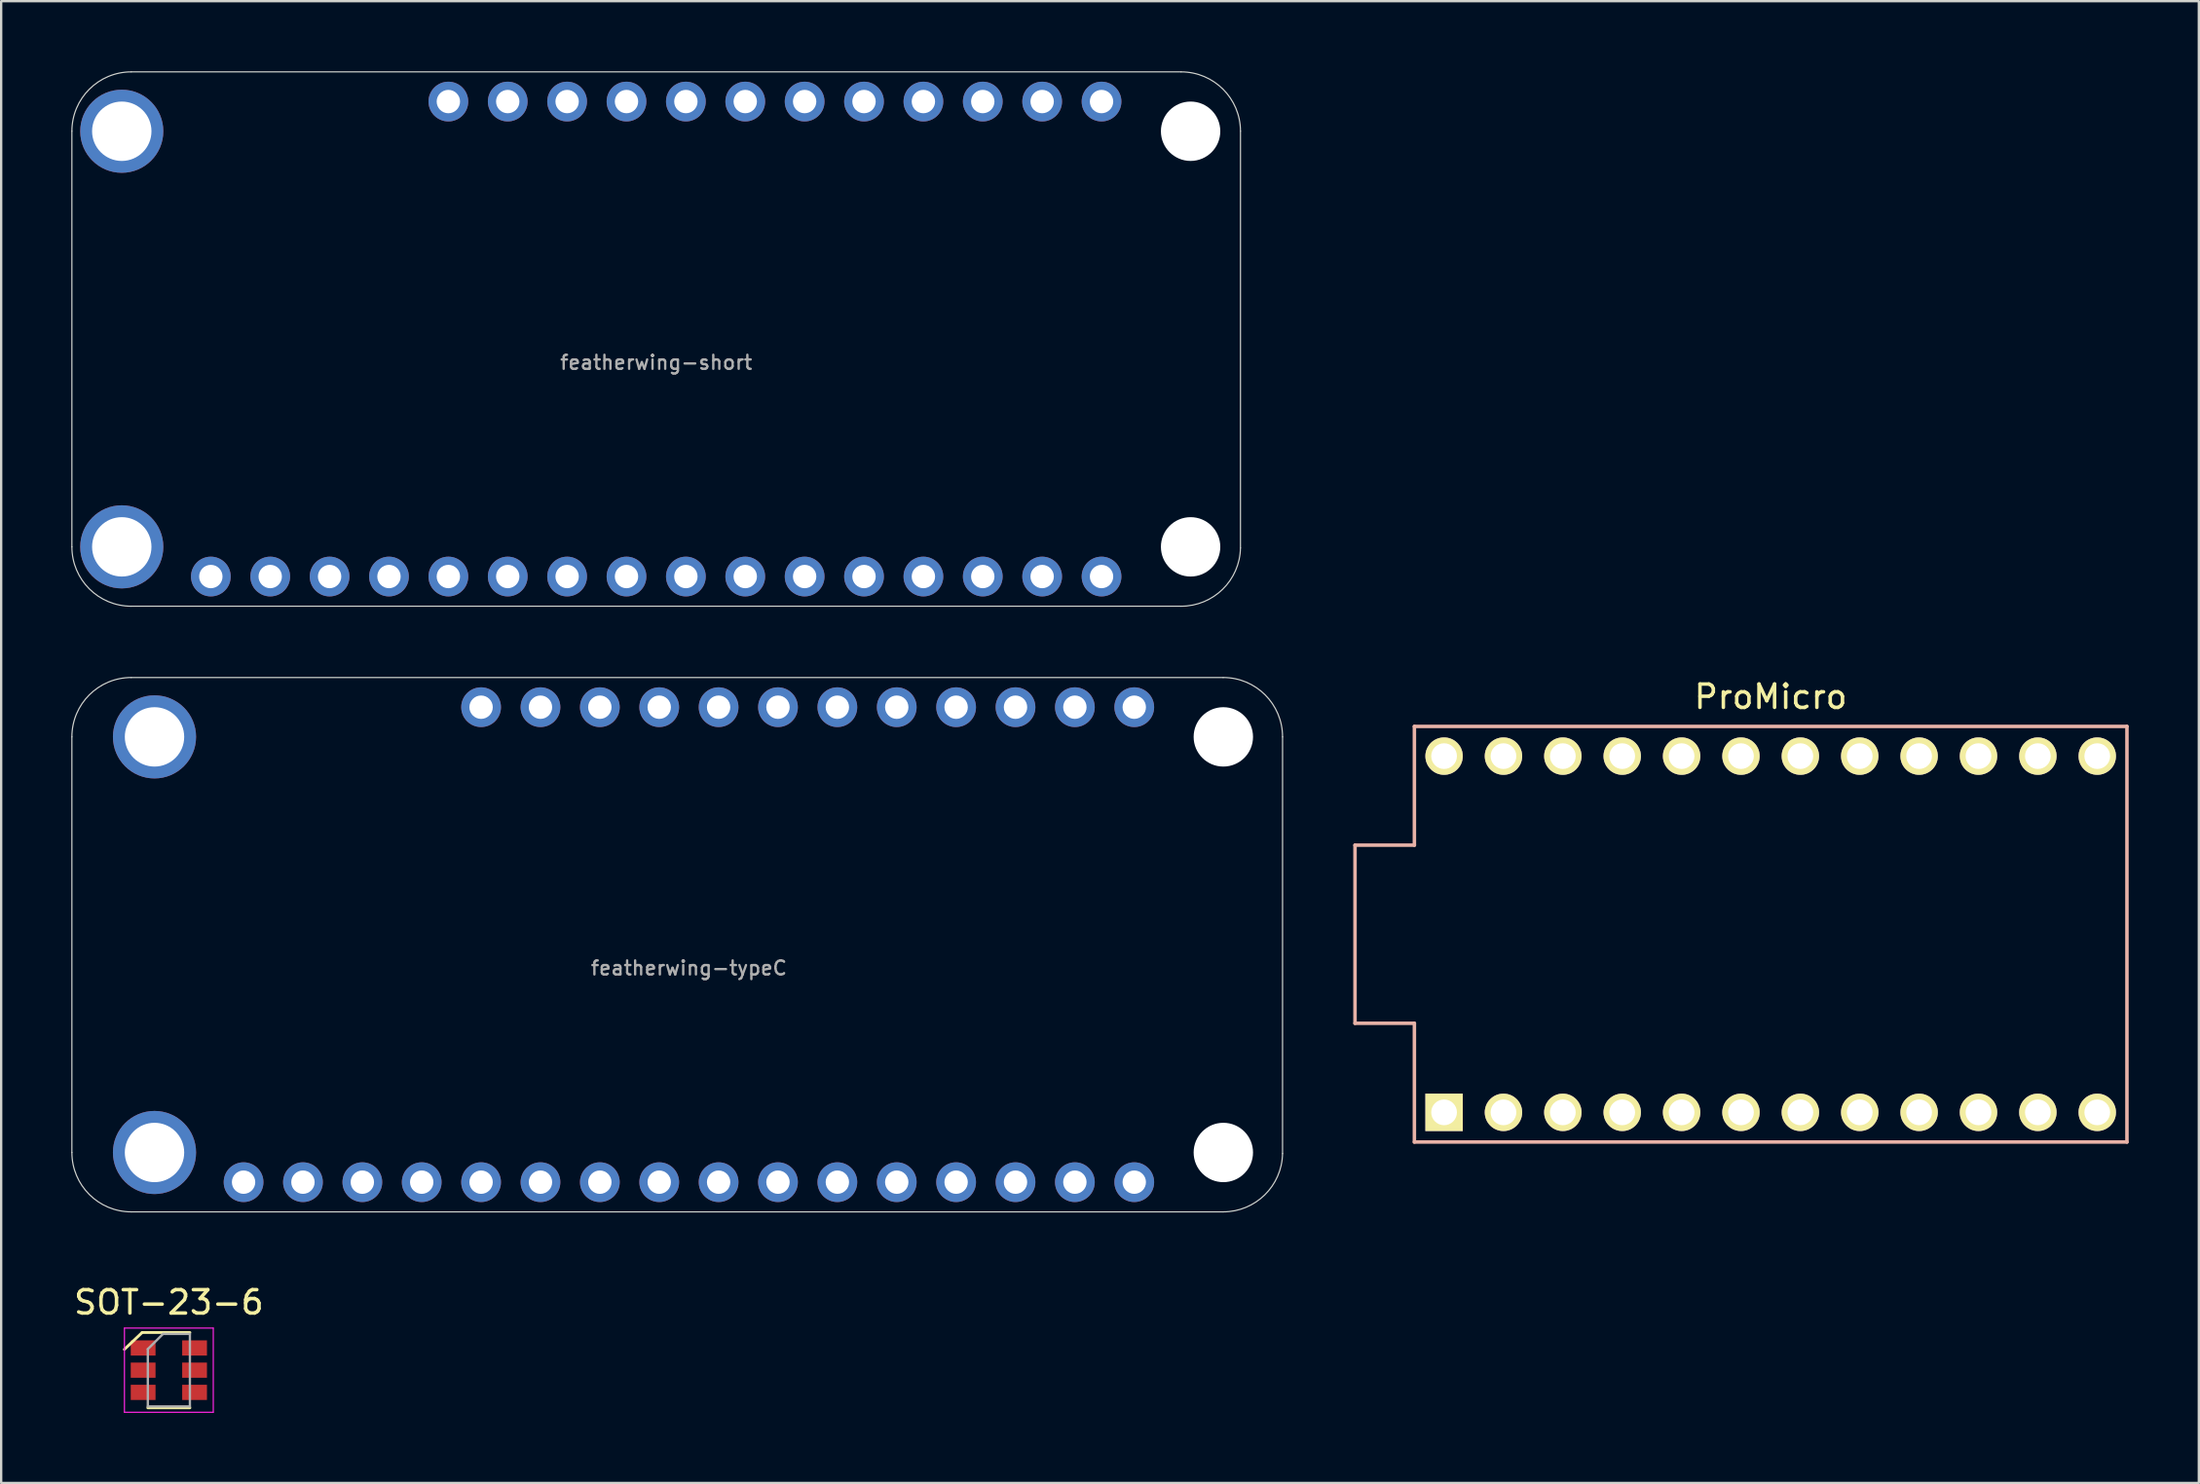
<source format=kicad_pcb>
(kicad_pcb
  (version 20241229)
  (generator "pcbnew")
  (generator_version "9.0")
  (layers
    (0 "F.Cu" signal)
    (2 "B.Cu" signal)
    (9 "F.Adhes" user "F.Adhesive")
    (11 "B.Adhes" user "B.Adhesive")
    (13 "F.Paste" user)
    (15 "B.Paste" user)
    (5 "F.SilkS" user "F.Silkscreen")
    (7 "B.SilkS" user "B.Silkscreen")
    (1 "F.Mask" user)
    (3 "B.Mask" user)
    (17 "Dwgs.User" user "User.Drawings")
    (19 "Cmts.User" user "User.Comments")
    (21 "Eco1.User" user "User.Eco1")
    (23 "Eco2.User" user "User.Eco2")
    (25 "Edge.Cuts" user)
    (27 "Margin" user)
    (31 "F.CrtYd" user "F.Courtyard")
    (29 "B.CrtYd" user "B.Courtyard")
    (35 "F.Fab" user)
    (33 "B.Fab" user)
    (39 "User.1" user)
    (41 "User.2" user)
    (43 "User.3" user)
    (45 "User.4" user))
  (footprint "featherwing-short"
    (layer "F.Cu")
    (at 25.019 11.455)
    (property "Reference" "featherwing-short" (at 0 1 0) (layer "F.Fab") (effects (font (size 0.6 0.6) (thickness 0.1))))
    (attr through_hole)
    (fp_line (start -24.994 -8.89) (end -24.994 8.89) (stroke (width 0.05) (type solid)) (layer "Edge.Cuts"))
    (fp_line (start -22.454 11.43) (end 22.454 11.43) (stroke (width 0.05) (type solid)) (layer "Edge.Cuts"))
    (fp_line (start 22.454 -11.43) (end -22.454 -11.43) (stroke (width 0.05) (type solid)) (layer "Edge.Cuts"))
    (fp_line (start 24.993 8.939) (end 24.994 -8.89) (stroke (width 0.05) (type solid)) (layer "Edge.Cuts"))
    (fp_arc (start -24.9936 -8.89) (mid -24.249651 -10.686051) (end -22.4536 -11.43) (stroke (width 0.05) (type solid)) (layer "Edge.Cuts"))
    (fp_arc (start -22.4536 11.43) (mid -24.249651 10.686051) (end -24.9936 8.89) (stroke (width 0.05) (type solid)) (layer "Edge.Cuts"))
    (fp_arc (start 22.4536 -11.43) (mid 24.249651 -10.686051) (end 24.9936 -8.89) (stroke (width 0.05) (type solid)) (layer "Edge.Cuts"))
    (fp_arc (start 24.993132 8.938762) (mid 24.232328 10.703209) (end 22.4536 11.43) (stroke (width 0.05) (type solid)) (layer "Edge.Cuts"))
    (fp_text user "${REFERENCE}" (at 17.78 8.89 180) (layer "Eco1.User") (effects (font (size 0.3 0.3) (thickness 0.03))))
    (pad "" np_thru_hole circle (at -22.86 -8.89) (size 3.556 3.556) (drill 2.54) (layers "*.Cu" "*.Mask"))
    (pad "" np_thru_hole circle (at -22.86 8.89) (size 3.556 3.556) (drill 2.54) (layers "*.Cu" "*.Mask"))
    (pad "" np_thru_hole circle (at 22.86 -8.89) (size 2.54 2.54) (drill 2.54) (layers "*.Cu" "*.Mask"))
    (pad "" np_thru_hole circle (at 22.86 8.89) (size 2.54 2.54) (drill 2.54) (layers "*.Cu" "*.Mask"))
    (pad "1" thru_hole circle (at -19.05 10.16) (size 1.7 1.7) (drill 1) (layers "*.Cu" "*.Mask"))
    (pad "2" thru_hole circle (at -16.51 10.16) (size 1.7 1.7) (drill 1) (layers "*.Cu" "*.Mask"))
    (pad "3" thru_hole circle (at -13.97 10.16) (size 1.7 1.7) (drill 1) (layers "*.Cu" "*.Mask"))
    (pad "4" thru_hole circle (at -11.43 10.16) (size 1.7 1.7) (drill 1) (layers "*.Cu" "*.Mask"))
    (pad "5" thru_hole circle (at -8.89 10.16) (size 1.7 1.7) (drill 1) (layers "*.Cu" "*.Mask"))
    (pad "6" thru_hole circle (at -6.35 10.16) (size 1.7 1.7) (drill 1) (layers "*.Cu" "*.Mask"))
    (pad "7" thru_hole circle (at -3.81 10.16) (size 1.7 1.7) (drill 1) (layers "*.Cu" "*.Mask"))
    (pad "8" thru_hole circle (at -1.27 10.16) (size 1.7 1.7) (drill 1) (layers "*.Cu" "*.Mask"))
    (pad "9" thru_hole circle (at 1.27 10.16) (size 1.7 1.7) (drill 1) (layers "*.Cu" "*.Mask"))
    (pad "10" thru_hole circle (at 3.81 10.16) (size 1.7 1.7) (drill 1) (layers "*.Cu" "*.Mask"))
    (pad "11" thru_hole circle (at 6.35 10.16) (size 1.7 1.7) (drill 1) (layers "*.Cu" "*.Mask"))
    (pad "12" thru_hole circle (at 8.89 10.16) (size 1.7 1.7) (drill 1) (layers "*.Cu" "*.Mask"))
    (pad "13" thru_hole circle (at 11.43 10.16) (size 1.7 1.7) (drill 1) (layers "*.Cu" "*.Mask"))
    (pad "14" thru_hole circle (at 13.97 10.16) (size 1.7 1.7) (drill 1) (layers "*.Cu" "*.Mask"))
    (pad "15" thru_hole circle (at 16.51 10.16) (size 1.7 1.7) (drill 1) (layers "*.Cu" "*.Mask"))
    (pad "16" thru_hole circle (at 19.05 10.16) (size 1.7 1.7) (drill 1) (layers "*.Cu" "*.Mask"))
    (pad "17" thru_hole circle (at 19.05 -10.16) (size 1.7 1.7) (drill 1) (layers "*.Cu" "*.Mask"))
    (pad "18" thru_hole circle (at 16.51 -10.16) (size 1.7 1.7) (drill 1) (layers "*.Cu" "*.Mask"))
    (pad "19" thru_hole circle (at 13.97 -10.16) (size 1.7 1.7) (drill 1) (layers "*.Cu" "*.Mask"))
    (pad "20" thru_hole circle (at 11.43 -10.16) (size 1.7 1.7) (drill 1) (layers "*.Cu" "*.Mask"))
    (pad "21" thru_hole circle (at 8.89 -10.16) (size 1.7 1.7) (drill 1) (layers "*.Cu" "*.Mask"))
    (pad "22" thru_hole circle (at 6.35 -10.16) (size 1.7 1.7) (drill 1) (layers "*.Cu" "*.Mask"))
    (pad "23" thru_hole circle (at 3.81 -10.16) (size 1.7 1.7) (drill 1) (layers "*.Cu" "*.Mask"))
    (pad "24" thru_hole circle (at 1.27 -10.16) (size 1.7 1.7) (drill 1) (layers "*.Cu" "*.Mask"))
    (pad "25" thru_hole circle (at -1.27 -10.16) (size 1.7 1.7) (drill 1) (layers "*.Cu" "*.Mask"))
    (pad "26" thru_hole circle (at -3.81 -10.16) (size 1.7 1.7) (drill 1) (layers "*.Cu" "*.Mask"))
    (pad "27" thru_hole circle (at -6.35 -10.16) (size 1.7 1.7) (drill 1) (layers "*.Cu" "*.Mask"))
    (pad "28" thru_hole circle (at -8.89 -10.16) (size 1.7 1.7) (drill 1) (layers "*.Cu" "*.Mask")))
  (footprint "SOT-23-6"
    (layer "F.Cu")
    (at 4.173 55.568)
    (property "Reference" "SOT-23-6" (at 0 -2.9 180) (layer "F.SilkS") (effects (font (size 1 1) (thickness 0.15))))
    (attr smd)
    (fp_line (start -1.143 -1.61) (end -1.905 -0.889) (stroke (width 0.12) (type solid)) (layer "F.SilkS"))
    (fp_line (start -0.9 1.61) (end 0.9 1.61) (stroke (width 0.12) (type solid)) (layer "F.SilkS"))
    (fp_line (start 0.9 -1.61) (end -1.143 -1.61) (stroke (width 0.12) (type solid)) (layer "F.SilkS"))
    (fp_line (start -1.9 -1.8) (end -1.9 1.8) (stroke (width 0.05) (type solid)) (layer "F.CrtYd"))
    (fp_line (start -1.9 1.8) (end 1.9 1.8) (stroke (width 0.05) (type solid)) (layer "F.CrtYd"))
    (fp_line (start 1.9 -1.8) (end -1.9 -1.8) (stroke (width 0.05) (type solid)) (layer "F.CrtYd"))
    (fp_line (start 1.9 1.8) (end 1.9 -1.8) (stroke (width 0.05) (type solid)) (layer "F.CrtYd"))
    (fp_line (start -0.9 -0.9) (end -0.9 1.55) (stroke (width 0.1) (type solid)) (layer "F.Fab"))
    (fp_line (start -0.9 -0.9) (end -0.25 -1.55) (stroke (width 0.1) (type solid)) (layer "F.Fab"))
    (fp_line (start 0.9 -1.55) (end -0.25 -1.55) (stroke (width 0.1) (type solid)) (layer "F.Fab"))
    (fp_line (start 0.9 -1.55) (end 0.9 1.55) (stroke (width 0.1) (type solid)) (layer "F.Fab"))
    (fp_line (start 0.9 1.55) (end -0.9 1.55) (stroke (width 0.1) (type solid)) (layer "F.Fab"))
    (pad "1" smd rect (at -1.1 -0.95) (size 1.06 0.65) (layers "F.Cu" "F.Mask" "F.Paste"))
    (pad "2" smd rect (at -1.1 0) (size 1.06 0.65) (layers "F.Cu" "F.Mask" "F.Paste"))
    (pad "3" smd rect (at -1.1 0.95) (size 1.06 0.65) (layers "F.Cu" "F.Mask" "F.Paste"))
    (pad "4" smd rect (at 1.1 0.95) (size 1.06 0.65) (layers "F.Cu" "F.Mask" "F.Paste"))
    (pad "5" smd rect (at 1.1 0) (size 1.06 0.65) (layers "F.Cu" "F.Mask" "F.Paste"))
    (pad "6" smd rect (at 1.1 -0.95) (size 1.06 0.65) (layers "F.Cu" "F.Mask" "F.Paste")))
  (footprint "ProMicro"
    (layer "F.Cu")
    (at 72.692 36.918)
    (property "Reference" "ProMicro" (at 0 -10.16 0) (layer "F.SilkS") (effects (font (size 1 1) (thickness 0.15))))
    (attr through_hole)
    (fp_line (start -17.78 -3.81) (end -15.24 -3.81) (stroke (width 0.15) (type solid)) (layer "B.SilkS"))
    (fp_line (start -17.78 3.81) (end -17.78 -3.81) (stroke (width 0.15) (type solid)) (layer "B.SilkS"))
    (fp_line (start -15.24 -8.89) (end 15.24 -8.89) (stroke (width 0.15) (type solid)) (layer "B.SilkS"))
    (fp_line (start -15.24 -3.81) (end -15.24 -8.89) (stroke (width 0.15) (type solid)) (layer "B.SilkS"))
    (fp_line (start -15.24 3.81) (end -17.78 3.81) (stroke (width 0.15) (type solid)) (layer "B.SilkS"))
    (fp_line (start -15.24 8.89) (end -15.24 3.81) (stroke (width 0.15) (type solid)) (layer "B.SilkS"))
    (fp_line (start -15.24 8.89) (end 15.24 8.89) (stroke (width 0.15) (type solid)) (layer "B.SilkS"))
    (fp_line (start 15.24 -8.89) (end 15.24 8.89) (stroke (width 0.15) (type solid)) (layer "B.SilkS"))
    (pad "1" thru_hole rect (at -13.97 7.62) (size 1.6 1.6) (drill 1.1) (layers "*.Cu" "*.Mask" "F.SilkS"))
    (pad "2" thru_hole circle (at -11.43 7.62) (size 1.6 1.6) (drill 1.1) (layers "*.Cu" "*.Mask" "F.SilkS"))
    (pad "3" thru_hole circle (at -8.89 7.62) (size 1.6 1.6) (drill 1.1) (layers "*.Cu" "*.Mask" "F.SilkS"))
    (pad "4" thru_hole circle (at -6.35 7.62) (size 1.6 1.6) (drill 1.1) (layers "*.Cu" "*.Mask" "F.SilkS"))
    (pad "5" thru_hole circle (at -3.81 7.62) (size 1.6 1.6) (drill 1.1) (layers "*.Cu" "*.Mask" "F.SilkS"))
    (pad "6" thru_hole circle (at -1.27 7.62) (size 1.6 1.6) (drill 1.1) (layers "*.Cu" "*.Mask" "F.SilkS"))
    (pad "7" thru_hole circle (at 1.27 7.62) (size 1.6 1.6) (drill 1.1) (layers "*.Cu" "*.Mask" "F.SilkS"))
    (pad "8" thru_hole circle (at 3.81 7.62) (size 1.6 1.6) (drill 1.1) (layers "*.Cu" "*.Mask" "F.SilkS"))
    (pad "9" thru_hole circle (at 6.35 7.62) (size 1.6 1.6) (drill 1.1) (layers "*.Cu" "*.Mask" "F.SilkS"))
    (pad "10" thru_hole circle (at 8.89 7.62) (size 1.6 1.6) (drill 1.1) (layers "*.Cu" "*.Mask" "F.SilkS"))
    (pad "11" thru_hole circle (at 11.43 7.62) (size 1.6 1.6) (drill 1.1) (layers "*.Cu" "*.Mask" "F.SilkS"))
    (pad "12" thru_hole circle (at 13.97 7.62) (size 1.6 1.6) (drill 1.1) (layers "*.Cu" "*.Mask" "F.SilkS"))
    (pad "13" thru_hole circle (at 13.97 -7.62) (size 1.6 1.6) (drill 1.1) (layers "*.Cu" "*.Mask" "F.SilkS"))
    (pad "14" thru_hole circle (at 11.43 -7.62) (size 1.6 1.6) (drill 1.1) (layers "*.Cu" "*.Mask" "F.SilkS"))
    (pad "15" thru_hole circle (at 8.89 -7.62) (size 1.6 1.6) (drill 1.1) (layers "*.Cu" "*.Mask" "F.SilkS"))
    (pad "16" thru_hole circle (at 6.35 -7.62) (size 1.6 1.6) (drill 1.1) (layers "*.Cu" "*.Mask" "F.SilkS"))
    (pad "17" thru_hole circle (at 3.81 -7.62) (size 1.6 1.6) (drill 1.1) (layers "*.Cu" "*.Mask" "F.SilkS"))
    (pad "18" thru_hole circle (at 1.27 -7.62) (size 1.6 1.6) (drill 1.1) (layers "*.Cu" "*.Mask" "F.SilkS"))
    (pad "19" thru_hole circle (at -1.27 -7.62) (size 1.6 1.6) (drill 1.1) (layers "*.Cu" "*.Mask" "F.SilkS"))
    (pad "20" thru_hole circle (at -3.81 -7.62) (size 1.6 1.6) (drill 1.1) (layers "*.Cu" "*.Mask" "F.SilkS"))
    (pad "21" thru_hole circle (at -6.35 -7.62) (size 1.6 1.6) (drill 1.1) (layers "*.Cu" "*.Mask" "F.SilkS"))
    (pad "22" thru_hole circle (at -8.89 -7.62) (size 1.6 1.6) (drill 1.1) (layers "*.Cu" "*.Mask" "F.SilkS"))
    (pad "23" thru_hole circle (at -11.43 -7.62) (size 1.6 1.6) (drill 1.1) (layers "*.Cu" "*.Mask" "F.SilkS"))
    (pad "24" thru_hole circle (at -13.97 -7.62) (size 1.6 1.6) (drill 1.1) (layers "*.Cu" "*.Mask" "F.SilkS")))
  (footprint "featherwing-typeC"
    (layer "F.Cu")
    (at 26.419 37.365)
    (property "Reference" "featherwing-typeC" (at 0 1 0) (layer "F.Fab") (effects (font (size 0.6 0.6) (thickness 0.1))))
    (attr through_hole)
    (fp_line (start -26.394 -8.89) (end -26.394 8.89) (stroke (width 0.05) (type solid)) (layer "Edge.Cuts"))
    (fp_line (start -23.854 11.43) (end 22.854 11.43) (stroke (width 0.05) (type solid)) (layer "Edge.Cuts"))
    (fp_line (start 22.854 -11.43) (end -23.854 -11.43) (stroke (width 0.05) (type solid)) (layer "Edge.Cuts"))
    (fp_line (start 25.393 8.939) (end 25.394 -8.89) (stroke (width 0.05) (type solid)) (layer "Edge.Cuts"))
    (fp_arc (start -26.3936 -8.89) (mid -25.649651 -10.686051) (end -23.8536 -11.43) (stroke (width 0.05) (type solid)) (layer "Edge.Cuts"))
    (fp_arc (start -23.8536 11.43) (mid -25.649651 10.686051) (end -26.3936 8.89) (stroke (width 0.05) (type solid)) (layer "Edge.Cuts"))
    (fp_arc (start 22.8536 -11.43) (mid 24.649651 -10.686051) (end 25.3936 -8.89) (stroke (width 0.05) (type solid)) (layer "Edge.Cuts"))
    (fp_arc (start 25.393132 8.938762) (mid 24.632328 10.703209) (end 22.8536 11.43) (stroke (width 0.05) (type solid)) (layer "Edge.Cuts"))
    (fp_text user "${REFERENCE}" (at 17.78 8.89 180) (layer "Eco1.User") (effects (font (size 0.3 0.3) (thickness 0.03))))
    (pad "" np_thru_hole circle (at 22.86 -8.89) (size 2.54 2.54) (drill 2.54) (layers "*.Cu" "*.Mask"))
    (pad "" np_thru_hole circle (at 22.86 8.89) (size 2.54 2.54) (drill 2.54) (layers "*.Cu" "*.Mask"))
    (pad "1" thru_hole circle (at -19.05 10.16) (size 1.7 1.7) (drill 1) (layers "*.Cu" "*.Mask"))
    (pad "2" thru_hole circle (at -16.51 10.16) (size 1.7 1.7) (drill 1) (layers "*.Cu" "*.Mask"))
    (pad "3" thru_hole circle (at -13.97 10.16) (size 1.7 1.7) (drill 1) (layers "*.Cu" "*.Mask"))
    (pad "4" thru_hole circle (at -11.43 10.16) (size 1.7 1.7) (drill 1) (layers "*.Cu" "*.Mask"))
    (pad "5" thru_hole circle (at -8.89 10.16) (size 1.7 1.7) (drill 1) (layers "*.Cu" "*.Mask"))
    (pad "6" thru_hole circle (at -6.35 10.16) (size 1.7 1.7) (drill 1) (layers "*.Cu" "*.Mask"))
    (pad "7" thru_hole circle (at -3.81 10.16) (size 1.7 1.7) (drill 1) (layers "*.Cu" "*.Mask"))
    (pad "8" thru_hole circle (at -1.27 10.16) (size 1.7 1.7) (drill 1) (layers "*.Cu" "*.Mask"))
    (pad "9" thru_hole circle (at 1.27 10.16) (size 1.7 1.7) (drill 1) (layers "*.Cu" "*.Mask"))
    (pad "10" thru_hole circle (at 3.81 10.16) (size 1.7 1.7) (drill 1) (layers "*.Cu" "*.Mask"))
    (pad "11" thru_hole circle (at 6.35 10.16) (size 1.7 1.7) (drill 1) (layers "*.Cu" "*.Mask"))
    (pad "12" thru_hole circle (at 8.89 10.16) (size 1.7 1.7) (drill 1) (layers "*.Cu" "*.Mask"))
    (pad "13" thru_hole circle (at 11.43 10.16) (size 1.7 1.7) (drill 1) (layers "*.Cu" "*.Mask"))
    (pad "14" thru_hole circle (at 13.97 10.16) (size 1.7 1.7) (drill 1) (layers "*.Cu" "*.Mask"))
    (pad "15" thru_hole circle (at 16.51 10.16) (size 1.7 1.7) (drill 1) (layers "*.Cu" "*.Mask"))
    (pad "16" thru_hole circle (at 19.05 10.16) (size 1.7 1.7) (drill 1) (layers "*.Cu" "*.Mask"))
    (pad "17" thru_hole circle (at 19.05 -10.16) (size 1.7 1.7) (drill 1) (layers "*.Cu" "*.Mask"))
    (pad "18" thru_hole circle (at 16.51 -10.16) (size 1.7 1.7) (drill 1) (layers "*.Cu" "*.Mask"))
    (pad "19" thru_hole circle (at 13.97 -10.16) (size 1.7 1.7) (drill 1) (layers "*.Cu" "*.Mask"))
    (pad "20" thru_hole circle (at 11.43 -10.16) (size 1.7 1.7) (drill 1) (layers "*.Cu" "*.Mask"))
    (pad "21" thru_hole circle (at 8.89 -10.16) (size 1.7 1.7) (drill 1) (layers "*.Cu" "*.Mask"))
    (pad "22" thru_hole circle (at 6.35 -10.16) (size 1.7 1.7) (drill 1) (layers "*.Cu" "*.Mask"))
    (pad "23" thru_hole circle (at 3.81 -10.16) (size 1.7 1.7) (drill 1) (layers "*.Cu" "*.Mask"))
    (pad "24" thru_hole circle (at 1.27 -10.16) (size 1.7 1.7) (drill 1) (layers "*.Cu" "*.Mask"))
    (pad "25" thru_hole circle (at -1.27 -10.16) (size 1.7 1.7) (drill 1) (layers "*.Cu" "*.Mask"))
    (pad "26" thru_hole circle (at -3.81 -10.16) (size 1.7 1.7) (drill 1) (layers "*.Cu" "*.Mask"))
    (pad "27" thru_hole circle (at -6.35 -10.16) (size 1.7 1.7) (drill 1) (layers "*.Cu" "*.Mask"))
    (pad "28" thru_hole circle (at -8.89 -10.16) (size 1.7 1.7) (drill 1) (layers "*.Cu" "*.Mask"))
    (pad "GND" thru_hole circle (at -22.86 -8.89) (size 3.556 3.556) (drill 2.54) (layers "*.Cu" "*.Mask"))
    (pad "GND" thru_hole circle (at -22.86 8.89) (size 3.556 3.556) (drill 2.54) (layers "*.Cu" "*.Mask")))
  (gr_rect
    (start -3 -3)
    (end 91.007 60.393)
    (stroke (width 0.1) (type default))
    (fill no)
    (layer "Edge.Cuts")))
</source>
